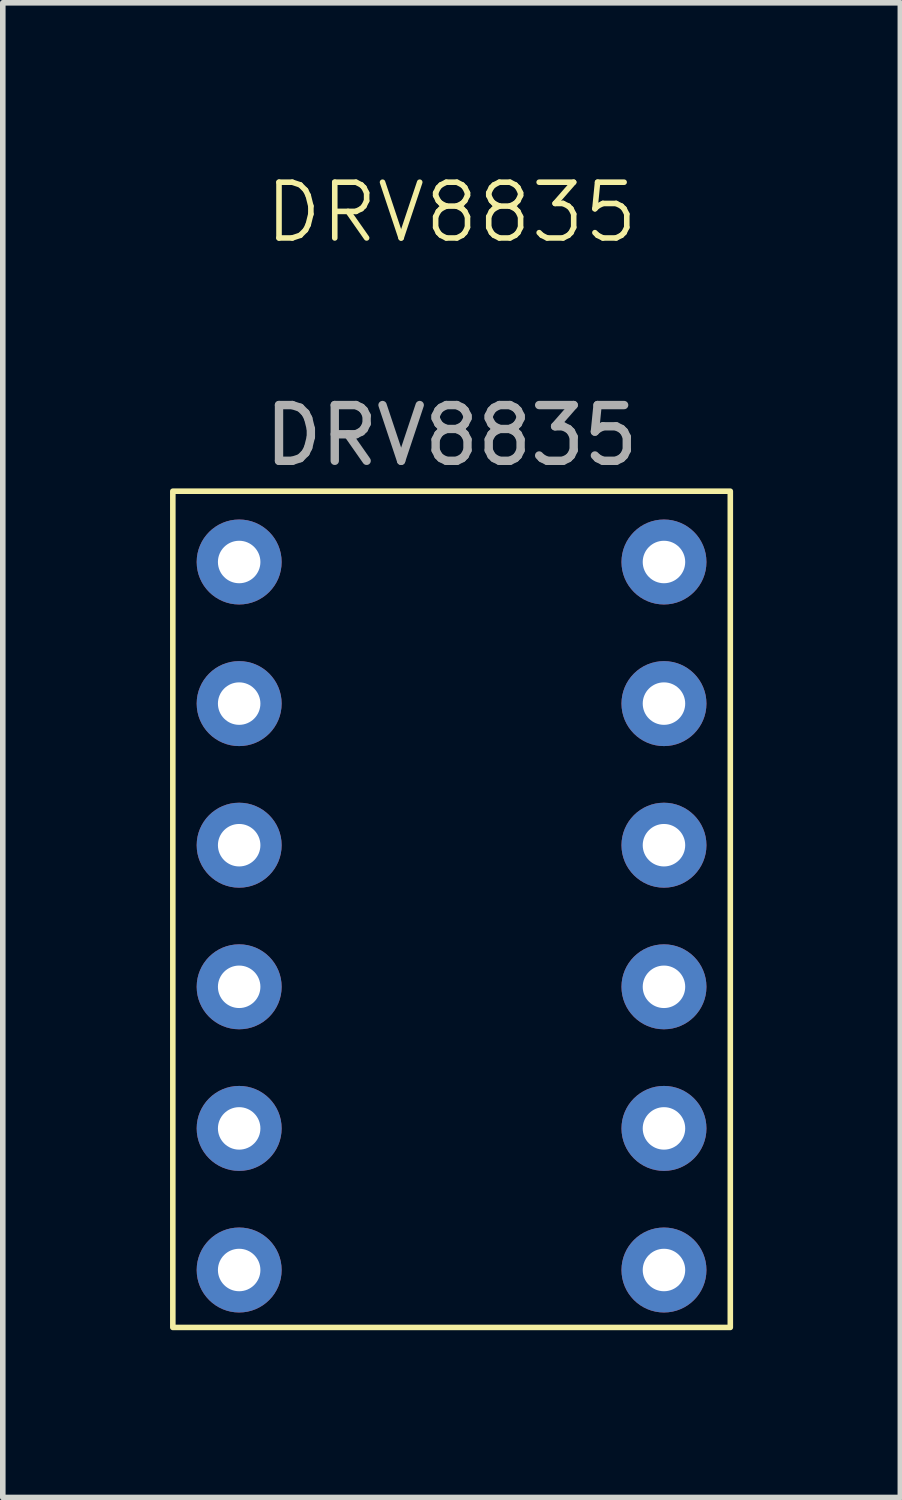
<source format=kicad_pcb>
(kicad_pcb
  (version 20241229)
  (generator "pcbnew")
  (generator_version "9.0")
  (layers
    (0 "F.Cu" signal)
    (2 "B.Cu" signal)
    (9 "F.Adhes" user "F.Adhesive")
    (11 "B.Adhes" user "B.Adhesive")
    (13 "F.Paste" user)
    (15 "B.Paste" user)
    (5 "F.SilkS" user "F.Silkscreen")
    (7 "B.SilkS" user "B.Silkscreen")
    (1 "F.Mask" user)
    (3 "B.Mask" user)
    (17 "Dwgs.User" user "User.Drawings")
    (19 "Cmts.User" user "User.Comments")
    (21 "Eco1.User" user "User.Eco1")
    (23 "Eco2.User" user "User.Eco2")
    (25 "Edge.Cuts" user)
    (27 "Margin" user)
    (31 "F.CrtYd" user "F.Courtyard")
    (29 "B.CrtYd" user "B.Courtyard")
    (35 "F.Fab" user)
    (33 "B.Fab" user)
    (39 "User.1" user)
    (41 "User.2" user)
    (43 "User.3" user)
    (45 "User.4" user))
  (footprint "DRV8835"
    (layer "F.Cu")
    (at 5.05 5.761)
    (property "Reference" "DRV8835" (at 0 -5 0) (unlocked yes) (layer "F.SilkS") (effects (font (size 1 1) (thickness 0.1))))
    (attr through_hole)
    (fp_rect (start -5 0) (end 5 15) (stroke (width 0.1) (type default)) (fill no) (layer "F.SilkS"))
    (fp_text user "${REFERENCE}" (at 0 -1 0) (unlocked yes) (layer "F.Fab") (effects (font (size 1 1) (thickness 0.15))))
    (pad "1" thru_hole circle (at -3.81 1.27) (size 1.524 1.524) (drill 0.762) (layers "*.Cu" "*.Mask"))
    (pad "2" thru_hole circle (at -3.81 3.81) (size 1.524 1.524) (drill 0.762) (layers "*.Cu" "*.Mask"))
    (pad "3" thru_hole circle (at -3.81 6.35) (size 1.524 1.524) (drill 0.762) (layers "*.Cu" "*.Mask"))
    (pad "4" thru_hole circle (at -3.81 8.89) (size 1.524 1.524) (drill 0.762) (layers "*.Cu" "*.Mask"))
    (pad "5" thru_hole circle (at -3.81 11.43) (size 1.524 1.524) (drill 0.762) (layers "*.Cu" "*.Mask"))
    (pad "6" thru_hole circle (at -3.81 13.97) (size 1.524 1.524) (drill 0.762) (layers "*.Cu" "*.Mask"))
    (pad "7" thru_hole circle (at 3.81 1.27) (size 1.524 1.524) (drill 0.762) (layers "*.Cu" "*.Mask"))
    (pad "8" thru_hole circle (at 3.81 3.81) (size 1.524 1.524) (drill 0.762) (layers "*.Cu" "*.Mask"))
    (pad "9" thru_hole circle (at 3.81 6.35) (size 1.524 1.524) (drill 0.762) (layers "*.Cu" "*.Mask"))
    (pad "10" thru_hole circle (at 3.81 8.89) (size 1.524 1.524) (drill 0.762) (layers "*.Cu" "*.Mask"))
    (pad "11" thru_hole circle (at 3.81 11.43) (size 1.524 1.524) (drill 0.762) (layers "*.Cu" "*.Mask"))
    (pad "12" thru_hole circle (at 3.81 13.97) (size 1.524 1.524) (drill 0.762) (layers "*.Cu" "*.Mask")))
  (gr_rect
    (start -3 -3)
    (end 13.1 23.811)
    (stroke (width 0.1) (type default))
    (fill no)
    (layer "Edge.Cuts")))
</source>
